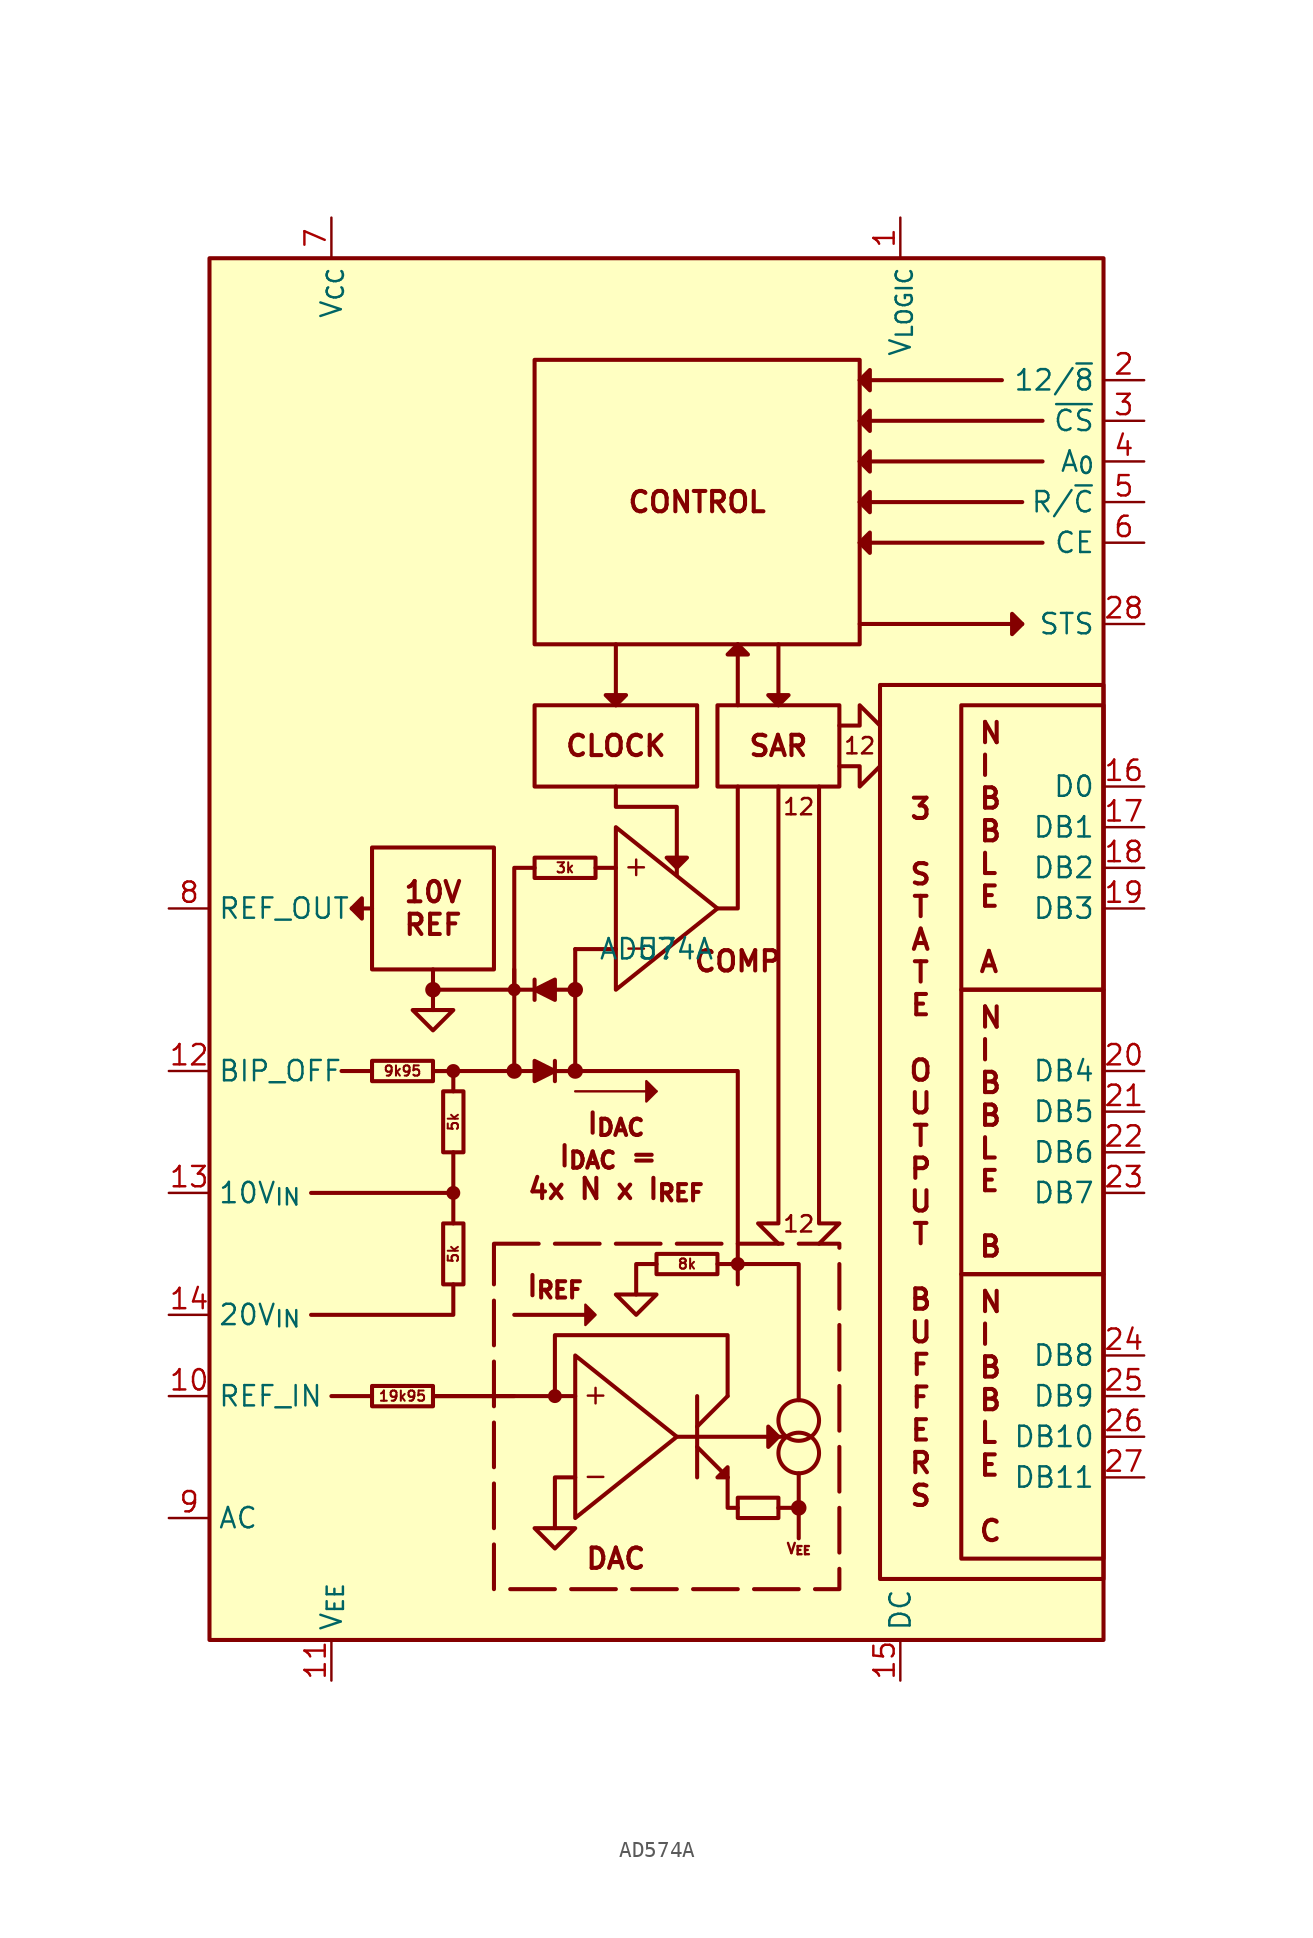
<source format=kicad_sym>
(kicad_symbol_lib
  (version 20241209)
  (generator "kicad_symbol_editor")
  (generator_version "9.0")
  (symbol "AD574A"
    (property "Reference" "U"
      (at 0 0 0)
      (effects (font (size 1.27 1.27))))
    (property "Value" "AD574A"
      (at 0 0 0)
      (effects (font (size 1.27 1.27))))
    (symbol "AD574A_1_1"
      (rectangle (start -27.94 43.18) (end 27.94 -43.18) (stroke (width 0.254) (type default)) (fill (type background)))
      (polyline (pts (xy -21.59 -15.24) (xy -12.7 -15.24) (xy -12.7 -17.145)) (stroke (width 0.254) (type default)) (fill (type none)))
      (polyline (pts (xy -21.59 -22.86) (xy -12.7 -22.86) (xy -12.7 -20.955)) (stroke (width 0.254) (type default)) (fill (type none)))
      (polyline (pts (xy -20.32 -27.94) (xy -17.78 -27.94)) (stroke (width 0.254) (type default)) (fill (type none)))
      (polyline (pts (xy -19.05 2.54) (xy -17.78 2.54)) (stroke (width 0.254) (type default)) (fill (type none)))
      (polyline (pts (xy -19.05 2.54) (xy -18.415 3.175) (xy -18.415 1.905) (xy -19.05 2.54)) (stroke (width 0.254) (type default)) (fill (type outline)))
      (polyline (pts (xy -17.78 -7.62) (xy -19.685 -7.62)) (stroke (width 0.254) (type default)) (fill (type none)))
      (polyline (pts (xy -15.24 -3.81) (xy -12.7 -3.81) (xy -13.97 -5.08) (xy -15.24 -3.81)) (stroke (width 0.254) (type default)) (fill (type none)))
      (polyline (pts (xy -13.97 -1.27) (xy -13.97 -3.81)) (stroke (width 0.254) (type default)) (fill (type none)))
      (circle (center -13.97 -2.54) (radius 0.359) (stroke (width 0.254) (type default)) (fill (type outline)))
      (polyline (pts (xy -13.97 -2.54) (xy -8.89 -2.54) (xy -8.89 -1.27)) (stroke (width 0.254) (type default)) (fill (type none)))
      (polyline (pts (xy -13.97 -7.62) (xy -12.7 -7.62) (xy -12.7 -8.89)) (stroke (width 0.254) (type default)) (fill (type none)))
      (polyline (pts (xy -13.97 -27.94) (xy -6.35 -27.94)) (stroke (width 0.254) (type default)) (fill (type none)))
      (polyline (pts (xy -13.97 -27.94) (xy -13.97 -27.94) (xy -8.89 -27.94)) (stroke (width 0.254) (type default)) (fill (type none)))
      (circle (center -12.7 -7.62) (radius 0.359) (stroke (width 0) (type default)) (fill (type outline)))
      (circle (center -12.7 -15.24) (radius 0.359) (stroke (width 0) (type default)) (fill (type outline)))
      (polyline (pts (xy -12.7 -15.24) (xy -12.7 -12.7)) (stroke (width 0.254) (type default)) (fill (type none)))
      (rectangle (start -10.16 -18.415) (end 11.43 -40.005) (stroke (width 0.254) (type dash)) (fill (type none)))
      (circle (center -8.89 -2.54) (radius 0.276) (stroke (width 0.254) (type default)) (fill (type outline)))
      (polyline (pts (xy -8.89 -2.54) (xy -8.89 -7.62) (xy -5.08 -7.62) (xy -5.08 -2.54)) (stroke (width 0.254) (type default)) (fill (type none)))
      (circle (center -8.89 -7.62) (radius 0.359) (stroke (width 0.254) (type default)) (fill (type outline)))
      (polyline (pts (xy -8.89 -7.62) (xy -13.97 -7.62)) (stroke (width 0.254) (type default)) (fill (type none)))
      (polyline (pts (xy -8.89 -22.86) (xy -4.445 -22.86)) (stroke (width 0.254) (type default)) (fill (type none)))
      (polyline (pts (xy -7.62 -1.905) (xy -7.62 -3.175)) (stroke (width 0.254) (type default)) (fill (type none)))
      (polyline (pts (xy -7.62 -2.54) (xy -6.35 -1.905) (xy -6.35 -3.175) (xy -7.62 -2.54)) (stroke (width 0.254) (type default)) (fill (type outline)))
      (polyline (pts (xy -7.62 -36.195) (xy -5.08 -36.195) (xy -6.35 -37.465) (xy -7.62 -36.195)) (stroke (width 0.254) (type default)) (fill (type none)))
      (polyline (pts (xy -6.35 -7.62) (xy -7.62 -8.255) (xy -7.62 -6.985) (xy -6.35 -7.62)) (stroke (width 0.254) (type default)) (fill (type outline)))
      (polyline (pts (xy -6.35 -7.62) (xy 5.08 -7.62) (xy 5.08 -17.78) (xy 5.08 -20.955)) (stroke (width 0.254) (type default)) (fill (type none)))
      (polyline (pts (xy -6.35 -8.255) (xy -6.35 -6.985)) (stroke (width 0.254) (type default)) (fill (type none)))
      (circle (center -6.35 -27.94) (radius 0.359) (stroke (width 0) (type default)) (fill (type outline)))
      (polyline (pts (xy -6.35 -36.195) (xy -6.35 -33.02) (xy -5.08 -33.02)) (stroke (width 0.254) (type default)) (fill (type none)))
      (polyline (pts (xy -5.08 0) (xy -5.08 -2.54) (xy -8.89 -2.54) (xy -8.89 5.08) (xy -7.62 5.08)) (stroke (width 0.254) (type default)) (fill (type none)))
      (circle (center -5.08 -2.54) (radius 0.359) (stroke (width 0.254) (type default)) (fill (type outline)))
      (circle (center -5.08 -7.62) (radius 0.359) (stroke (width 0.254) (type default)) (fill (type outline)))
      (polyline (pts (xy -5.08 -8.89) (xy 0 -8.89)) (stroke (width 0) (type default)) (fill (type none)))
      (polyline (pts (xy -5.08 -25.4) (xy 1.27 -30.48) (xy -5.08 -35.56) (xy -5.08 -25.4)) (stroke (width 0.254) (type default)) (fill (type none)))
      (polyline (pts (xy -3.81 -22.86) (xy -4.445 -23.495) (xy -4.445 -22.225) (xy -3.81 -22.86)) (stroke (width 0) (type default)) (fill (type outline)))
      (polyline (pts (xy -2.54 15.24) (xy -2.54 19.05)) (stroke (width 0.254) (type default)) (fill (type none)))
      (polyline (pts (xy -2.54 15.24) (xy -3.175 15.875) (xy -1.905 15.875) (xy -2.54 15.24)) (stroke (width 0.254) (type default)) (fill (type outline)))
      (polyline (pts (xy -2.54 10.16) (xy -2.54 8.89) (xy 1.27 8.89) (xy 1.27 4.597)) (stroke (width 0.254) (type default)) (fill (type none)))
      (polyline (pts (xy -2.54 7.62) (xy 3.81 2.54) (xy -2.54 -2.54) (xy -2.54 7.62)) (stroke (width 0.254) (type default)) (fill (type none)))
      (polyline (pts (xy -2.54 5.08) (xy -3.81 5.08)) (stroke (width 0.254) (type default)) (fill (type none)))
      (polyline (pts (xy -2.54 0) (xy -5.08 0)) (stroke (width 0.254) (type default)) (fill (type none)))
      (polyline (pts (xy -2.54 -21.59) (xy 0 -21.59) (xy -1.27 -22.86) (xy -2.54 -21.59)) (stroke (width 0.254) (type default)) (fill (type none)))
      (polyline (pts (xy -1.27 -21.59) (xy -1.27 -19.685) (xy 0 -19.685)) (stroke (width 0.254) (type default)) (fill (type none)))
      (polyline (pts (xy 0 -8.89) (xy -0.635 -9.525) (xy -0.635 -8.255) (xy 0 -8.89)) (stroke (width 0) (type default)) (fill (type outline)))
      (polyline (pts (xy 1.27 5.08) (xy 0.635 5.715) (xy 1.905 5.715) (xy 1.27 5.08)) (stroke (width 0.254) (type default)) (fill (type outline)))
      (polyline (pts (xy 1.27 -30.48) (xy 8.128 -30.48)) (stroke (width 0.254) (type default)) (fill (type none)))
      (polyline (pts (xy 2.54 -27.94) (xy 2.54 -33.02)) (stroke (width 0.254) (type default)) (fill (type none)))
      (polyline (pts (xy 2.54 -29.845) (xy 4.445 -27.94)) (stroke (width 0.254) (type default)) (fill (type none)))
      (polyline (pts (xy 2.54 -31.115) (xy 4.445 -33.02)) (stroke (width 0.254) (type default)) (fill (type none)))
      (polyline (pts (xy 4.445 -27.94) (xy 4.445 -24.13) (xy -6.35 -24.13) (xy -6.35 -27.94) (xy -5.08 -27.94)) (stroke (width 0.254) (type default)) (fill (type none)))
      (polyline (pts (xy 4.445 -33.02) (xy 3.81 -33.02) (xy 4.445 -32.385) (xy 4.445 -33.02)) (stroke (width 0.254) (type default)) (fill (type outline)))
      (polyline (pts (xy 5.08 19.05) (xy 5.715 18.415) (xy 4.445 18.415) (xy 5.08 19.05)) (stroke (width 0.254) (type default)) (fill (type outline)))
      (polyline (pts (xy 5.08 15.24) (xy 5.08 16.51) (xy 5.08 19.05)) (stroke (width 0.254) (type default)) (fill (type none)))
      (polyline (pts (xy 5.08 10.16) (xy 5.08 2.54) (xy 3.81 2.54)) (stroke (width 0.254) (type default)) (fill (type none)))
      (circle (center 5.08 -19.685) (radius 0.359) (stroke (width 0) (type default)) (fill (type outline)))
      (rectangle (start 5.08 -34.29) (end 7.62 -35.56) (stroke (width 0.254) (type default)) (fill (type none)))
      (polyline (pts (xy 5.08 -34.925) (xy 4.445 -34.925) (xy 4.445 -33.02)) (stroke (width 0.254) (type default)) (fill (type none)))
      (polyline (pts (xy 7.62 15.24) (xy 7.62 19.05)) (stroke (width 0.254) (type default)) (fill (type none)))
      (polyline (pts (xy 7.62 15.24) (xy 6.985 15.875) (xy 8.255 15.875) (xy 7.62 15.24)) (stroke (width 0.254) (type default)) (fill (type outline)))
      (polyline (pts (xy 7.62 -18.415) (xy 6.35 -17.145) (xy 7.62 -17.145) (xy 7.62 -15.24) (xy 7.62 8.89) (xy 7.62 10.16) (xy 7.62 10.16)) (stroke (width 0.254) (type default)) (fill (type none)))
      (polyline (pts (xy 7.62 -30.48) (xy 6.985 -31.115) (xy 6.985 -29.845) (xy 7.62 -30.48)) (stroke (width 0.254) (type default)) (fill (type outline)))
      (polyline (pts (xy 7.62 -34.925) (xy 8.89 -34.925) (xy 8.89 -32.766)) (stroke (width 0.254) (type default)) (fill (type none)))
      (polyline (pts (xy 8.89 -28.194) (xy 8.89 -19.685) (xy 3.81 -19.685)) (stroke (width 0.254) (type default)) (fill (type none)))
      (circle (center 8.89 -29.464) (radius 1.27) (stroke (width 0.254) (type default)) (fill (type none)))
      (circle (center 8.89 -31.496) (radius 1.27) (stroke (width 0.254) (type default)) (fill (type none)))
      (polyline (pts (xy 8.89 -34.925) (xy 8.89 -36.83)) (stroke (width 0.254) (type default)) (fill (type none)))
      (circle (center 8.89 -34.925) (radius 0.359) (stroke (width 0.254) (type default)) (fill (type outline)))
      (polyline (pts (xy 10.16 10.16) (xy 10.16 8.89) (xy 10.16 8.89) (xy 10.16 -17.145) (xy 11.43 -17.145) (xy 10.16 -18.415) (xy 11.43 -17.145)) (stroke (width 0.254) (type default)) (fill (type none)))
      (polyline (pts (xy 11.43 13.97) (xy 12.7 13.97) (xy 12.7 15.24) (xy 13.97 13.97)) (stroke (width 0.254) (type default)) (fill (type none)))
      (polyline (pts (xy 11.43 11.43) (xy 12.7 11.43) (xy 12.7 10.16) (xy 13.97 11.43)) (stroke (width 0.254) (type default)) (fill (type none)))
      (polyline (pts (xy 12.7 35.56) (xy 13.335 36.195) (xy 13.335 34.925) (xy 12.7 35.56)) (stroke (width 0.254) (type default)) (fill (type outline)))
      (polyline (pts (xy 12.7 33.02) (xy 13.335 33.655) (xy 13.335 32.385) (xy 12.7 33.02)) (stroke (width 0.254) (type default)) (fill (type outline)))
      (polyline (pts (xy 12.7 30.48) (xy 13.335 31.115) (xy 13.335 29.845) (xy 12.7 30.48)) (stroke (width 0.254) (type default)) (fill (type outline)))
      (polyline (pts (xy 12.7 27.94) (xy 13.335 28.575) (xy 13.335 27.305) (xy 12.7 27.94)) (stroke (width 0.254) (type default)) (fill (type outline)))
      (polyline (pts (xy 12.7 25.4) (xy 13.335 26.035) (xy 13.335 24.765) (xy 12.7 25.4)) (stroke (width 0.254) (type default)) (fill (type outline)))
      (polyline (pts (xy 12.7 20.32) (xy 22.86 20.32)) (stroke (width 0.254) (type default)) (fill (type none)))
      (polyline (pts (xy 21.59 35.56) (xy 12.7 35.56)) (stroke (width 0.254) (type default)) (fill (type none)))
      (polyline (pts (xy 22.86 27.94) (xy 12.7 27.94)) (stroke (width 0.254) (type default)) (fill (type none)))
      (polyline (pts (xy 22.86 20.32) (xy 22.225 19.685) (xy 22.225 20.955) (xy 22.86 20.32)) (stroke (width 0.254) (type default)) (fill (type outline)))
      (polyline (pts (xy 24.13 33.02) (xy 12.7 33.02)) (stroke (width 0.254) (type default)) (fill (type none)))
      (polyline (pts (xy 24.13 30.48) (xy 12.7 30.48)) (stroke (width 0.254) (type default)) (fill (type none)))
      (polyline (pts (xy 24.13 25.4) (xy 12.7 25.4)) (stroke (width 0.254) (type default)) (fill (type none)))
      (text "I_{REF}" (at -6.35 -20.32 0) (effects (font (size 1.27 1.27) (bold yes)) (justify top)))
      (text "+" (at -3.81 -27.813 0) (effects (font (size 1.27 1.27))))
      (text "-" (at -3.81 -32.893 0) (effects (font (size 1.27 1.27))))
      (text "I_{DAC}\nI_{DAC} = \n4x N x I_{REF}" (at -2.54 -10.16 0) (effects (font (size 1.27 1.27) (bold yes)) (justify top)))
      (text "DAC" (at -2.54 -38.1 0) (effects (font (size 1.27 1.27) (bold yes))))
      (text "+" (at -1.27 5.207 0) (effects (font (size 1.27 1.27))))
      (text "-" (at -1.27 0.127 0) (effects (font (size 1.27 1.27))))
      (text "COMP" (at 5.08 -0.762 0) (effects (font (size 1.27 1.27) (bold yes))))
      (text "12" (at 8.89 8.89 0) (effects (font (size 1.016 1.016))))
      (text "12" (at 8.89 -17.78 0) (effects (font (size 1.016 1.016)) (justify bottom)))
      (text "V_{EE}" (at 8.89 -37.465 0) (effects (font (size 0.635 0.635))))
      (text "12" (at 12.7 12.7 0) (effects (font (size 1.016 1.016))))
      (text "3\n\nS\nT\nA\nT\nE\n\nO\nU\nT\nP\nU\nT\n\nB\nU\nF\nF\nE\nR\nS" (at 16.51 -12.7 0) (effects (font (size 1.27 1.27) (bold yes))))
      (text_box "10V\nREF" (at -17.78 6.35 0) (size 7.62 -7.62) (margins 1.016 1.016 1.016 1.016) (stroke (width 0.254) (type default)) (fill (type none)) (effects (font (size 1.27 1.27) (bold yes))))
      (text_box "9k95" (at -17.78 -6.985 0) (size 3.81 -1.27) (margins 0.508 0.508 0.508 0.508) (stroke (width 0.254) (type default)) (fill (type none)) (effects (font (size 0.635 0.635) (bold yes))))
      (text_box "19k95" (at -17.78 -27.305 0) (size 3.81 -1.27) (margins 0.508 0.508 0.508 0.508) (stroke (width 0.254) (type default)) (fill (type none)) (effects (font (size 0.635 0.635) (bold yes))))
      (text_box "5k" (at -13.335 -8.89 90) (size 1.27 -3.81) (margins 0.508 0.508 0.508 0.508) (stroke (width 0.254) (type default)) (fill (type none)) (effects (font (size 0.635 0.635) (bold yes))))
      (text_box "5k" (at -13.335 -17.145 90) (size 1.27 -3.81) (margins 0.508 0.508 0.508 0.508) (stroke (width 0.254) (type default)) (fill (type none)) (effects (font (size 0.635 0.635) (bold yes))))
      (text_box "CONTROL" (at -7.62 36.83 0) (size 20.32 -17.78) (margins 1.016 1.016 1.016 1.016) (stroke (width 0.254) (type default)) (fill (type none)) (effects (font (size 1.27 1.27) (thickness 0.254) (bold yes))))
      (text_box "CLOCK" (at -7.62 15.24 0) (size 10.16 -5.08) (margins 1.016 1.016 1.016 1.016) (stroke (width 0.254) (type default)) (fill (type none)) (effects (font (size 1.27 1.27) (bold yes))))
      (text_box "3k" (at -7.62 5.715 0) (size 3.81 -1.27) (margins 0.508 0.508 0.508 0.508) (stroke (width 0.254) (type default)) (fill (type none)) (effects (font (size 0.635 0.635) (bold yes))))
      (text_box "8k" (at 0 -19.05 0) (size 3.81 -1.27) (margins 0.508 0.508 0.508 0.508) (stroke (width 0.254) (type default)) (fill (type none)) (effects (font (size 0.635 0.635) (bold yes))))
      (text_box "SAR" (at 3.81 15.24 0) (size 7.62 -5.08) (margins 1.016 1.016 1.016 1.016) (stroke (width 0.254) (type default)) (fill (type none)) (effects (font (size 1.27 1.27) (bold yes))))
      (text_box "" (at 13.97 16.51 0) (size 13.97 -55.88) (margins 1.016 1.016 1.016 1.016) (stroke (width 0.254) (type default)) (fill (type none)) (effects (font (size 1.27 1.27) (bold yes)) (justify left)))
      (text_box "N\nI\nB\nB\nL\nE\n\nA" (at 19.05 15.24 0) (size 8.89 -17.78) (margins 1.016 1.016 1.016 1.016) (stroke (width 0.254) (type default)) (fill (type none)) (effects (font (size 1.27 1.27) (thickness 0.254) (bold yes)) (justify left)))
      (text_box "N\nI\nB\nB\nL\nE\n\nB" (at 19.05 -2.54 0) (size 8.89 -17.78) (margins 1.016 1.016 1.016 1.016) (stroke (width 0.254) (type default)) (fill (type none)) (effects (font (size 1.27 1.27) (thickness 0.254) (bold yes)) (justify left)))
      (text_box "N\nI\nB\nB\nL\nE\n\nC" (at 19.05 -20.32 0) (size 8.89 -17.78) (margins 1.016 1.016 1.016 1.016) (stroke (width 0.254) (type default)) (fill (type none)) (effects (font (size 1.27 1.27) (thickness 0.254) (bold yes)) (justify left)))
      (pin output line (at -30.48 2.54 0) (length 2.54) (name "REF_OUT" (effects (font (size 1.27 1.27)))) (number "8" (effects (font (size 1.27 1.27)))))
      (pin input line (at -30.48 -7.62 0) (length 2.54) (name "BIP_OFF" (effects (font (size 1.27 1.27)))) (number "12" (effects (font (size 1.27 1.27)))))
      (pin input line (at -30.48 -15.24 0) (length 2.54) (name "10V_{IN}" (effects (font (size 1.27 1.27)))) (number "13" (effects (font (size 1.27 1.27)))))
      (pin input line (at -30.48 -22.86 0) (length 2.54) (name "20V_{IN}" (effects (font (size 1.27 1.27)))) (number "14" (effects (font (size 1.27 1.27)))))
      (pin input line (at -30.48 -27.94 0) (length 2.54) (name "REF_IN" (effects (font (size 1.27 1.27)))) (number "10" (effects (font (size 1.27 1.27)))))
      (pin passive line (at -30.48 -35.56 0) (length 2.54) (name "AC" (effects (font (size 1.27 1.27)))) (number "9" (effects (font (size 1.27 1.27)))))
      (pin power_in line (at -20.32 45.72 270) (length 2.54) (name "V_{CC}" (effects (font (size 1.27 1.27)))) (number "7" (effects (font (size 1.27 1.27)))))
      (pin power_in line (at -20.32 -45.72 90) (length 2.54) (name "V_{EE}" (effects (font (size 1.27 1.27)))) (number "11" (effects (font (size 1.27 1.27)))))
      (pin power_in line (at 15.24 45.72 270) (length 2.54) (name "V_{LOGIC}" (effects (font (size 1.27 1.27)))) (number "1" (effects (font (size 1.27 1.27)))))
      (pin power_in line (at 15.24 -45.72 90) (length 2.54) (name "DC" (effects (font (size 1.27 1.27)))) (number "15" (effects (font (size 1.27 1.27)))))
      (pin input line (at 30.48 35.56 180) (length 2.54) (name "12/~{8}" (effects (font (size 1.27 1.27)))) (number "2" (effects (font (size 1.27 1.27)))))
      (pin input line (at 30.48 33.02 180) (length 2.54) (name "~{CS}" (effects (font (size 1.27 1.27)))) (number "3" (effects (font (size 1.27 1.27)))))
      (pin input line (at 30.48 30.48 180) (length 2.54) (name "A_{0}" (effects (font (size 1.27 1.27)))) (number "4" (effects (font (size 1.27 1.27)))))
      (pin input line (at 30.48 27.94 180) (length 2.54) (name "R/~{C}" (effects (font (size 1.27 1.27)))) (number "5" (effects (font (size 1.27 1.27)))))
      (pin input line (at 30.48 25.4 180) (length 2.54) (name "CE" (effects (font (size 1.27 1.27)))) (number "6" (effects (font (size 1.27 1.27)))))
      (pin output line (at 30.48 20.32 180) (length 2.54) (name "STS" (effects (font (size 1.27 1.27)))) (number "28" (effects (font (size 1.27 1.27)))))
      (pin output line (at 30.48 10.16 180) (length 2.54) (name "D0" (effects (font (size 1.27 1.27)))) (number "16" (effects (font (size 1.27 1.27)))))
      (pin output line (at 30.48 7.62 180) (length 2.54) (name "DB1" (effects (font (size 1.27 1.27)))) (number "17" (effects (font (size 1.27 1.27)))))
      (pin output line (at 30.48 5.08 180) (length 2.54) (name "DB2" (effects (font (size 1.27 1.27)))) (number "18" (effects (font (size 1.27 1.27)))))
      (pin output line (at 30.48 2.54 180) (length 2.54) (name "DB3" (effects (font (size 1.27 1.27)))) (number "19" (effects (font (size 1.27 1.27)))))
      (pin output line (at 30.48 -7.62 180) (length 2.54) (name "DB4" (effects (font (size 1.27 1.27)))) (number "20" (effects (font (size 1.27 1.27)))))
      (pin output line (at 30.48 -10.16 180) (length 2.54) (name "DB5" (effects (font (size 1.27 1.27)))) (number "21" (effects (font (size 1.27 1.27)))))
      (pin output line (at 30.48 -12.7 180) (length 2.54) (name "DB6" (effects (font (size 1.27 1.27)))) (number "22" (effects (font (size 1.27 1.27)))))
      (pin output line (at 30.48 -15.24 180) (length 2.54) (name "DB7" (effects (font (size 1.27 1.27)))) (number "23" (effects (font (size 1.27 1.27)))))
      (pin output line (at 30.48 -25.4 180) (length 2.54) (name "DB8" (effects (font (size 1.27 1.27)))) (number "24" (effects (font (size 1.27 1.27)))))
      (pin output line (at 30.48 -27.94 180) (length 2.54) (name "DB9" (effects (font (size 1.27 1.27)))) (number "25" (effects (font (size 1.27 1.27)))))
      (pin output line (at 30.48 -30.48 180) (length 2.54) (name "DB10" (effects (font (size 1.27 1.27)))) (number "26" (effects (font (size 1.27 1.27)))))
      (pin output line (at 30.48 -33.02 180) (length 2.54) (name "DB11" (effects (font (size 1.27 1.27)))) (number "27" (effects (font (size 1.27 1.27))))))))
</source>
